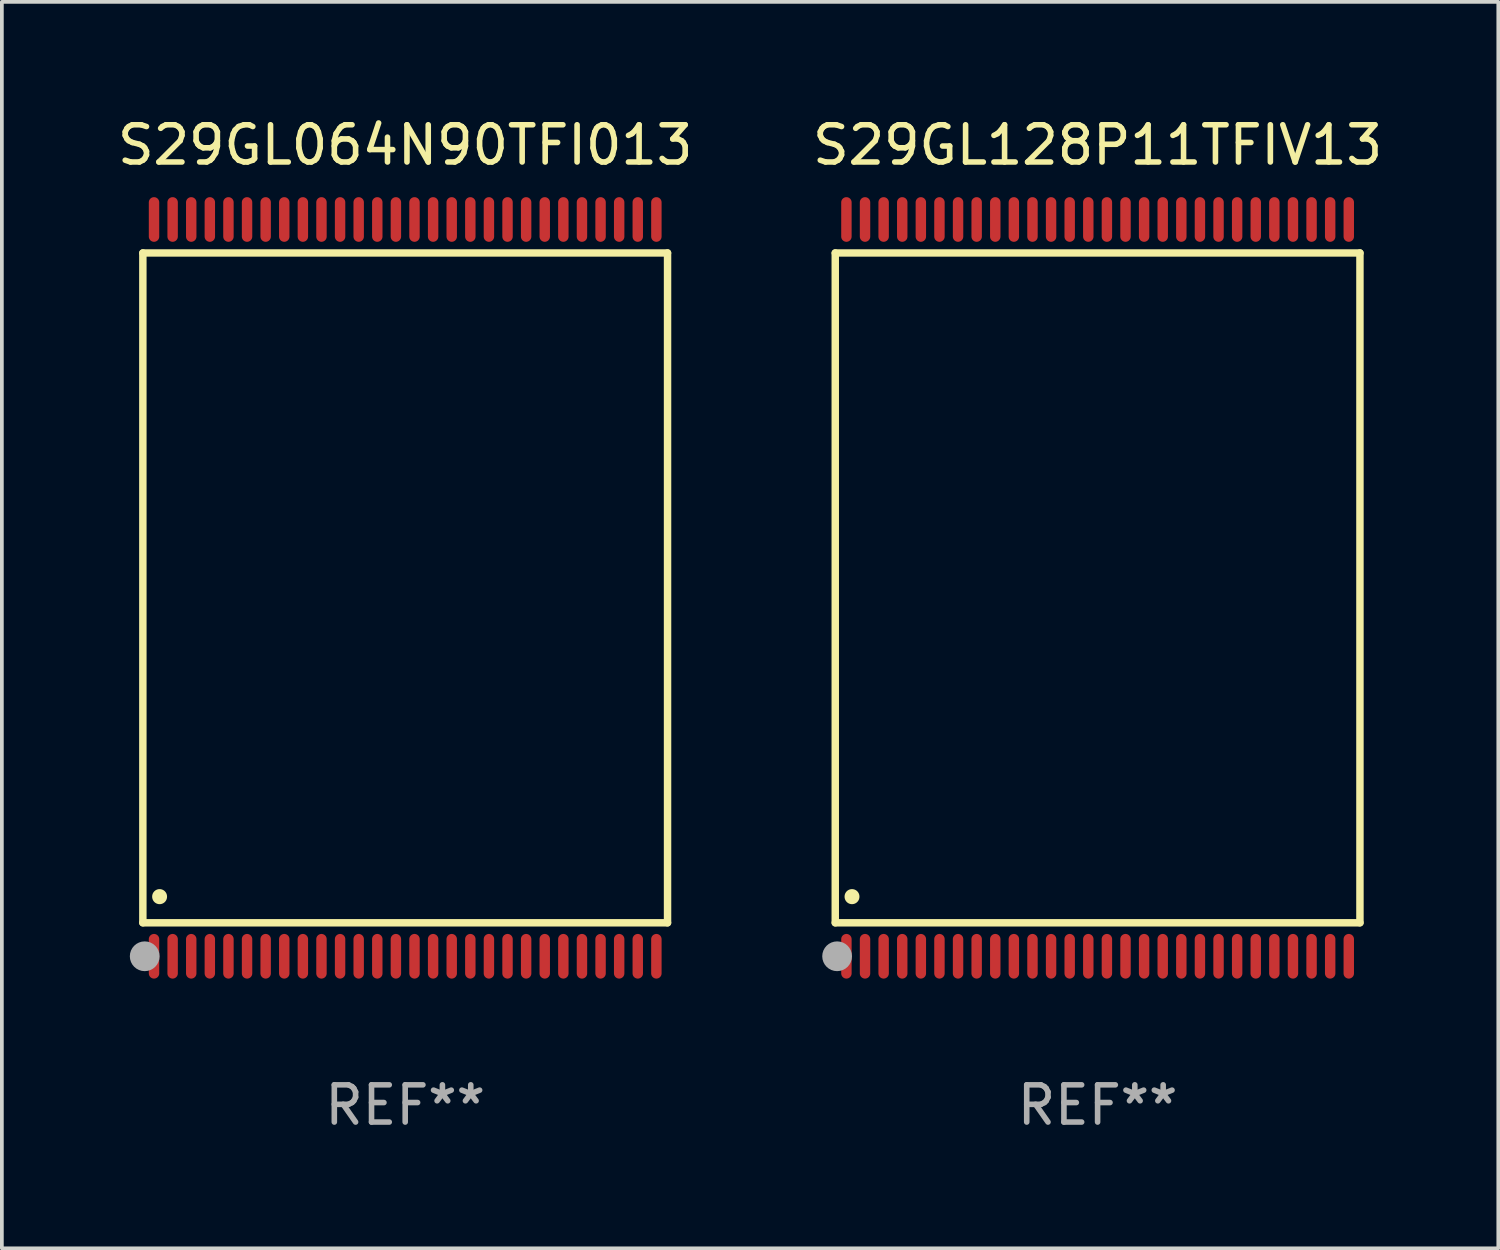
<source format=kicad_pcb>
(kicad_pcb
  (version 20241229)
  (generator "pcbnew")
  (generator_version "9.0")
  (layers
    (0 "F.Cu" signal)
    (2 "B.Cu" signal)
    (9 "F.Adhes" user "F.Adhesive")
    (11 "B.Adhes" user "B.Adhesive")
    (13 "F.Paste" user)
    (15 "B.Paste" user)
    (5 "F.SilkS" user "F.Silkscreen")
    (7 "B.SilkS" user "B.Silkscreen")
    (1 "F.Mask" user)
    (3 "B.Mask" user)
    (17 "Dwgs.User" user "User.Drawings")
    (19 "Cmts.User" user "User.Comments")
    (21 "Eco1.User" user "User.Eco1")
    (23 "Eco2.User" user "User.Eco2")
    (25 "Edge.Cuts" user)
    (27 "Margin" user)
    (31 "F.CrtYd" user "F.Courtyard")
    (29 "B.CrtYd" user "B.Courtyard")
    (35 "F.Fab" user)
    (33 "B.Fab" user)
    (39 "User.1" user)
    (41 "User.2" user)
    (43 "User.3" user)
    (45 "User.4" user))
  (footprint "S29GL064N90TFI013"
    (layer "F.Cu")
    (at 7.839 12.748)
    (property "Reference" "S29GL064N90TFI013" (at 0 -11.9 0) (layer "F.SilkS") (effects (font (size 1 1) (thickness 0.15))))
    (attr through_hole)
    (fp_line (start -7.05 -9) (end 7.05 -9) (stroke (width 0.2) (type solid)) (layer "F.SilkS"))
    (fp_line (start -7.05 9) (end -7.05 -9) (stroke (width 0.2) (type solid)) (layer "F.SilkS"))
    (fp_line (start 7.05 9) (end -7.05 9) (stroke (width 0.2) (type solid)) (layer "F.SilkS"))
    (fp_line (start 7.05 9) (end 7.05 -9) (stroke (width 0.2) (type solid)) (layer "F.SilkS"))
    (fp_arc (start -6.600025 8.300025) (mid -6.600041 8.297485) (end -6.600025 8.294945) (stroke (width 0.4) (type solid)) (layer "F.SilkS"))
    (fp_circle (center -7 10) (end -6.97 10) (stroke (width 0.06) (type solid)) (fill no) (layer "F.SilkS"))
    (fp_circle (center -7 9.9) (end -6.8 9.9) (stroke (width 0.4) (type solid)) (fill no) (layer "F.Fab"))
    (fp_text user "REF**" (at 0 13.9 0) (layer "F.Fab") (effects (font (size 1 1) (thickness 0.15))))
    (pad "1" smd oval (at -6.75 9.9) (size 0.28 1.2) (layers "F.Cu" "F.Mask" "F.Paste"))
    (pad "2" smd oval (at -6.25 9.9) (size 0.28 1.2) (layers "F.Cu" "F.Mask" "F.Paste"))
    (pad "3" smd oval (at -5.75 9.9) (size 0.28 1.2) (layers "F.Cu" "F.Mask" "F.Paste"))
    (pad "4" smd oval (at -5.25 9.9) (size 0.28 1.2) (layers "F.Cu" "F.Mask" "F.Paste"))
    (pad "5" smd oval (at -4.75 9.9) (size 0.28 1.2) (layers "F.Cu" "F.Mask" "F.Paste"))
    (pad "6" smd oval (at -4.25 9.9) (size 0.28 1.2) (layers "F.Cu" "F.Mask" "F.Paste"))
    (pad "7" smd oval (at -3.75 9.9) (size 0.28 1.2) (layers "F.Cu" "F.Mask" "F.Paste"))
    (pad "8" smd oval (at -3.25 9.9) (size 0.28 1.2) (layers "F.Cu" "F.Mask" "F.Paste"))
    (pad "9" smd oval (at -2.75 9.9) (size 0.28 1.2) (layers "F.Cu" "F.Mask" "F.Paste"))
    (pad "10" smd oval (at -2.25 9.9) (size 0.28 1.2) (layers "F.Cu" "F.Mask" "F.Paste"))
    (pad "11" smd oval (at -1.75 9.9) (size 0.28 1.2) (layers "F.Cu" "F.Mask" "F.Paste"))
    (pad "12" smd oval (at -1.25 9.9) (size 0.28 1.2) (layers "F.Cu" "F.Mask" "F.Paste"))
    (pad "13" smd oval (at -0.75 9.9) (size 0.28 1.2) (layers "F.Cu" "F.Mask" "F.Paste"))
    (pad "14" smd oval (at -0.25 9.9) (size 0.28 1.2) (layers "F.Cu" "F.Mask" "F.Paste"))
    (pad "15" smd oval (at 0.25 9.9) (size 0.28 1.2) (layers "F.Cu" "F.Mask" "F.Paste"))
    (pad "16" smd oval (at 0.75 9.9) (size 0.28 1.2) (layers "F.Cu" "F.Mask" "F.Paste"))
    (pad "17" smd oval (at 1.25 9.9) (size 0.28 1.2) (layers "F.Cu" "F.Mask" "F.Paste"))
    (pad "18" smd oval (at 1.75 9.9) (size 0.28 1.2) (layers "F.Cu" "F.Mask" "F.Paste"))
    (pad "19" smd oval (at 2.25 9.9) (size 0.28 1.2) (layers "F.Cu" "F.Mask" "F.Paste"))
    (pad "20" smd oval (at 2.75 9.9) (size 0.28 1.2) (layers "F.Cu" "F.Mask" "F.Paste"))
    (pad "21" smd oval (at 3.25 9.9) (size 0.28 1.2) (layers "F.Cu" "F.Mask" "F.Paste"))
    (pad "22" smd oval (at 3.75 9.9) (size 0.28 1.2) (layers "F.Cu" "F.Mask" "F.Paste"))
    (pad "23" smd oval (at 4.25 9.9) (size 0.28 1.2) (layers "F.Cu" "F.Mask" "F.Paste"))
    (pad "24" smd oval (at 4.75 9.9) (size 0.28 1.2) (layers "F.Cu" "F.Mask" "F.Paste"))
    (pad "25" smd oval (at 5.25 9.9) (size 0.28 1.2) (layers "F.Cu" "F.Mask" "F.Paste"))
    (pad "26" smd oval (at 5.75 9.9) (size 0.28 1.2) (layers "F.Cu" "F.Mask" "F.Paste"))
    (pad "27" smd oval (at 6.25 9.9) (size 0.28 1.2) (layers "F.Cu" "F.Mask" "F.Paste"))
    (pad "28" smd oval (at 6.75 9.9) (size 0.28 1.2) (layers "F.Cu" "F.Mask" "F.Paste"))
    (pad "29" smd oval (at 6.75 -9.9) (size 0.28 1.2) (layers "F.Cu" "F.Mask" "F.Paste"))
    (pad "30" smd oval (at 6.25 -9.9) (size 0.28 1.2) (layers "F.Cu" "F.Mask" "F.Paste"))
    (pad "31" smd oval (at 5.75 -9.9) (size 0.28 1.2) (layers "F.Cu" "F.Mask" "F.Paste"))
    (pad "32" smd oval (at 5.25 -9.9) (size 0.28 1.2) (layers "F.Cu" "F.Mask" "F.Paste"))
    (pad "33" smd oval (at 4.75 -9.9) (size 0.28 1.2) (layers "F.Cu" "F.Mask" "F.Paste"))
    (pad "34" smd oval (at 4.25 -9.9) (size 0.28 1.2) (layers "F.Cu" "F.Mask" "F.Paste"))
    (pad "35" smd oval (at 3.75 -9.9) (size 0.28 1.2) (layers "F.Cu" "F.Mask" "F.Paste"))
    (pad "36" smd oval (at 3.25 -9.9) (size 0.28 1.2) (layers "F.Cu" "F.Mask" "F.Paste"))
    (pad "37" smd oval (at 2.75 -9.9) (size 0.28 1.2) (layers "F.Cu" "F.Mask" "F.Paste"))
    (pad "38" smd oval (at 2.25 -9.9) (size 0.28 1.2) (layers "F.Cu" "F.Mask" "F.Paste"))
    (pad "39" smd oval (at 1.75 -9.9) (size 0.28 1.2) (layers "F.Cu" "F.Mask" "F.Paste"))
    (pad "40" smd oval (at 1.25 -9.9) (size 0.28 1.2) (layers "F.Cu" "F.Mask" "F.Paste"))
    (pad "41" smd oval (at 0.75 -9.9) (size 0.28 1.2) (layers "F.Cu" "F.Mask" "F.Paste"))
    (pad "42" smd oval (at 0.25 -9.9) (size 0.28 1.2) (layers "F.Cu" "F.Mask" "F.Paste"))
    (pad "43" smd oval (at -0.25 -9.9) (size 0.28 1.2) (layers "F.Cu" "F.Mask" "F.Paste"))
    (pad "44" smd oval (at -0.75 -9.9) (size 0.28 1.2) (layers "F.Cu" "F.Mask" "F.Paste"))
    (pad "45" smd oval (at -1.25 -9.9) (size 0.28 1.2) (layers "F.Cu" "F.Mask" "F.Paste"))
    (pad "46" smd oval (at -1.75 -9.9) (size 0.28 1.2) (layers "F.Cu" "F.Mask" "F.Paste"))
    (pad "47" smd oval (at -2.25 -9.9) (size 0.28 1.2) (layers "F.Cu" "F.Mask" "F.Paste"))
    (pad "48" smd oval (at -2.75 -9.9) (size 0.28 1.2) (layers "F.Cu" "F.Mask" "F.Paste"))
    (pad "49" smd oval (at -3.25 -9.9) (size 0.28 1.2) (layers "F.Cu" "F.Mask" "F.Paste"))
    (pad "50" smd oval (at -3.75 -9.9) (size 0.28 1.2) (layers "F.Cu" "F.Mask" "F.Paste"))
    (pad "51" smd oval (at -4.25 -9.9) (size 0.28 1.2) (layers "F.Cu" "F.Mask" "F.Paste"))
    (pad "52" smd oval (at -4.75 -9.9) (size 0.28 1.2) (layers "F.Cu" "F.Mask" "F.Paste"))
    (pad "53" smd oval (at -5.25 -9.9) (size 0.28 1.2) (layers "F.Cu" "F.Mask" "F.Paste"))
    (pad "54" smd oval (at -5.75 -9.9) (size 0.28 1.2) (layers "F.Cu" "F.Mask" "F.Paste"))
    (pad "55" smd oval (at -6.25 -9.9) (size 0.28 1.2) (layers "F.Cu" "F.Mask" "F.Paste"))
    (pad "56" smd oval (at -6.75 -9.9) (size 0.28 1.2) (layers "F.Cu" "F.Mask" "F.Paste")))
  (footprint "S29GL128P11TFIV13"
    (layer "F.Cu")
    (at 26.446 12.748)
    (property "Reference" "S29GL128P11TFIV13" (at 0 -11.9 0) (layer "F.SilkS") (effects (font (size 1 1) (thickness 0.15))))
    (attr through_hole)
    (fp_line (start -7.05 -9) (end 7.05 -9) (stroke (width 0.2) (type solid)) (layer "F.SilkS"))
    (fp_line (start -7.05 9) (end -7.05 -9) (stroke (width 0.2) (type solid)) (layer "F.SilkS"))
    (fp_line (start 7.05 9) (end -7.05 9) (stroke (width 0.2) (type solid)) (layer "F.SilkS"))
    (fp_line (start 7.05 9) (end 7.05 -9) (stroke (width 0.2) (type solid)) (layer "F.SilkS"))
    (fp_arc (start -6.600025 8.300025) (mid -6.600041 8.297485) (end -6.600025 8.294945) (stroke (width 0.4) (type solid)) (layer "F.SilkS"))
    (fp_circle (center -7 10) (end -6.97 10) (stroke (width 0.06) (type solid)) (fill no) (layer "F.SilkS"))
    (fp_circle (center -7 9.9) (end -6.8 9.9) (stroke (width 0.4) (type solid)) (fill no) (layer "F.Fab"))
    (fp_text user "REF**" (at 0 13.9 0) (layer "F.Fab") (effects (font (size 1 1) (thickness 0.15))))
    (pad "1" smd oval (at -6.75 9.9) (size 0.28 1.2) (layers "F.Cu" "F.Mask" "F.Paste"))
    (pad "2" smd oval (at -6.25 9.9) (size 0.28 1.2) (layers "F.Cu" "F.Mask" "F.Paste"))
    (pad "3" smd oval (at -5.75 9.9) (size 0.28 1.2) (layers "F.Cu" "F.Mask" "F.Paste"))
    (pad "4" smd oval (at -5.25 9.9) (size 0.28 1.2) (layers "F.Cu" "F.Mask" "F.Paste"))
    (pad "5" smd oval (at -4.75 9.9) (size 0.28 1.2) (layers "F.Cu" "F.Mask" "F.Paste"))
    (pad "6" smd oval (at -4.25 9.9) (size 0.28 1.2) (layers "F.Cu" "F.Mask" "F.Paste"))
    (pad "7" smd oval (at -3.75 9.9) (size 0.28 1.2) (layers "F.Cu" "F.Mask" "F.Paste"))
    (pad "8" smd oval (at -3.25 9.9) (size 0.28 1.2) (layers "F.Cu" "F.Mask" "F.Paste"))
    (pad "9" smd oval (at -2.75 9.9) (size 0.28 1.2) (layers "F.Cu" "F.Mask" "F.Paste"))
    (pad "10" smd oval (at -2.25 9.9) (size 0.28 1.2) (layers "F.Cu" "F.Mask" "F.Paste"))
    (pad "11" smd oval (at -1.75 9.9) (size 0.28 1.2) (layers "F.Cu" "F.Mask" "F.Paste"))
    (pad "12" smd oval (at -1.25 9.9) (size 0.28 1.2) (layers "F.Cu" "F.Mask" "F.Paste"))
    (pad "13" smd oval (at -0.75 9.9) (size 0.28 1.2) (layers "F.Cu" "F.Mask" "F.Paste"))
    (pad "14" smd oval (at -0.25 9.9) (size 0.28 1.2) (layers "F.Cu" "F.Mask" "F.Paste"))
    (pad "15" smd oval (at 0.25 9.9) (size 0.28 1.2) (layers "F.Cu" "F.Mask" "F.Paste"))
    (pad "16" smd oval (at 0.75 9.9) (size 0.28 1.2) (layers "F.Cu" "F.Mask" "F.Paste"))
    (pad "17" smd oval (at 1.25 9.9) (size 0.28 1.2) (layers "F.Cu" "F.Mask" "F.Paste"))
    (pad "18" smd oval (at 1.75 9.9) (size 0.28 1.2) (layers "F.Cu" "F.Mask" "F.Paste"))
    (pad "19" smd oval (at 2.25 9.9) (size 0.28 1.2) (layers "F.Cu" "F.Mask" "F.Paste"))
    (pad "20" smd oval (at 2.75 9.9) (size 0.28 1.2) (layers "F.Cu" "F.Mask" "F.Paste"))
    (pad "21" smd oval (at 3.25 9.9) (size 0.28 1.2) (layers "F.Cu" "F.Mask" "F.Paste"))
    (pad "22" smd oval (at 3.75 9.9) (size 0.28 1.2) (layers "F.Cu" "F.Mask" "F.Paste"))
    (pad "23" smd oval (at 4.25 9.9) (size 0.28 1.2) (layers "F.Cu" "F.Mask" "F.Paste"))
    (pad "24" smd oval (at 4.75 9.9) (size 0.28 1.2) (layers "F.Cu" "F.Mask" "F.Paste"))
    (pad "25" smd oval (at 5.25 9.9) (size 0.28 1.2) (layers "F.Cu" "F.Mask" "F.Paste"))
    (pad "26" smd oval (at 5.75 9.9) (size 0.28 1.2) (layers "F.Cu" "F.Mask" "F.Paste"))
    (pad "27" smd oval (at 6.25 9.9) (size 0.28 1.2) (layers "F.Cu" "F.Mask" "F.Paste"))
    (pad "28" smd oval (at 6.75 9.9) (size 0.28 1.2) (layers "F.Cu" "F.Mask" "F.Paste"))
    (pad "29" smd oval (at 6.75 -9.9) (size 0.28 1.2) (layers "F.Cu" "F.Mask" "F.Paste"))
    (pad "30" smd oval (at 6.25 -9.9) (size 0.28 1.2) (layers "F.Cu" "F.Mask" "F.Paste"))
    (pad "31" smd oval (at 5.75 -9.9) (size 0.28 1.2) (layers "F.Cu" "F.Mask" "F.Paste"))
    (pad "32" smd oval (at 5.25 -9.9) (size 0.28 1.2) (layers "F.Cu" "F.Mask" "F.Paste"))
    (pad "33" smd oval (at 4.75 -9.9) (size 0.28 1.2) (layers "F.Cu" "F.Mask" "F.Paste"))
    (pad "34" smd oval (at 4.25 -9.9) (size 0.28 1.2) (layers "F.Cu" "F.Mask" "F.Paste"))
    (pad "35" smd oval (at 3.75 -9.9) (size 0.28 1.2) (layers "F.Cu" "F.Mask" "F.Paste"))
    (pad "36" smd oval (at 3.25 -9.9) (size 0.28 1.2) (layers "F.Cu" "F.Mask" "F.Paste"))
    (pad "37" smd oval (at 2.75 -9.9) (size 0.28 1.2) (layers "F.Cu" "F.Mask" "F.Paste"))
    (pad "38" smd oval (at 2.25 -9.9) (size 0.28 1.2) (layers "F.Cu" "F.Mask" "F.Paste"))
    (pad "39" smd oval (at 1.75 -9.9) (size 0.28 1.2) (layers "F.Cu" "F.Mask" "F.Paste"))
    (pad "40" smd oval (at 1.25 -9.9) (size 0.28 1.2) (layers "F.Cu" "F.Mask" "F.Paste"))
    (pad "41" smd oval (at 0.75 -9.9) (size 0.28 1.2) (layers "F.Cu" "F.Mask" "F.Paste"))
    (pad "42" smd oval (at 0.25 -9.9) (size 0.28 1.2) (layers "F.Cu" "F.Mask" "F.Paste"))
    (pad "43" smd oval (at -0.25 -9.9) (size 0.28 1.2) (layers "F.Cu" "F.Mask" "F.Paste"))
    (pad "44" smd oval (at -0.75 -9.9) (size 0.28 1.2) (layers "F.Cu" "F.Mask" "F.Paste"))
    (pad "45" smd oval (at -1.25 -9.9) (size 0.28 1.2) (layers "F.Cu" "F.Mask" "F.Paste"))
    (pad "46" smd oval (at -1.75 -9.9) (size 0.28 1.2) (layers "F.Cu" "F.Mask" "F.Paste"))
    (pad "47" smd oval (at -2.25 -9.9) (size 0.28 1.2) (layers "F.Cu" "F.Mask" "F.Paste"))
    (pad "48" smd oval (at -2.75 -9.9) (size 0.28 1.2) (layers "F.Cu" "F.Mask" "F.Paste"))
    (pad "49" smd oval (at -3.25 -9.9) (size 0.28 1.2) (layers "F.Cu" "F.Mask" "F.Paste"))
    (pad "50" smd oval (at -3.75 -9.9) (size 0.28 1.2) (layers "F.Cu" "F.Mask" "F.Paste"))
    (pad "51" smd oval (at -4.25 -9.9) (size 0.28 1.2) (layers "F.Cu" "F.Mask" "F.Paste"))
    (pad "52" smd oval (at -4.75 -9.9) (size 0.28 1.2) (layers "F.Cu" "F.Mask" "F.Paste"))
    (pad "53" smd oval (at -5.25 -9.9) (size 0.28 1.2) (layers "F.Cu" "F.Mask" "F.Paste"))
    (pad "54" smd oval (at -5.75 -9.9) (size 0.28 1.2) (layers "F.Cu" "F.Mask" "F.Paste"))
    (pad "55" smd oval (at -6.25 -9.9) (size 0.28 1.2) (layers "F.Cu" "F.Mask" "F.Paste"))
    (pad "56" smd oval (at -6.75 -9.9) (size 0.28 1.2) (layers "F.Cu" "F.Mask" "F.Paste")))
  (gr_rect
    (start -3 -3)
    (end 37.214 30.496)
    (stroke (width 0.1) (type default))
    (fill no)
    (layer "Edge.Cuts")))
</source>
